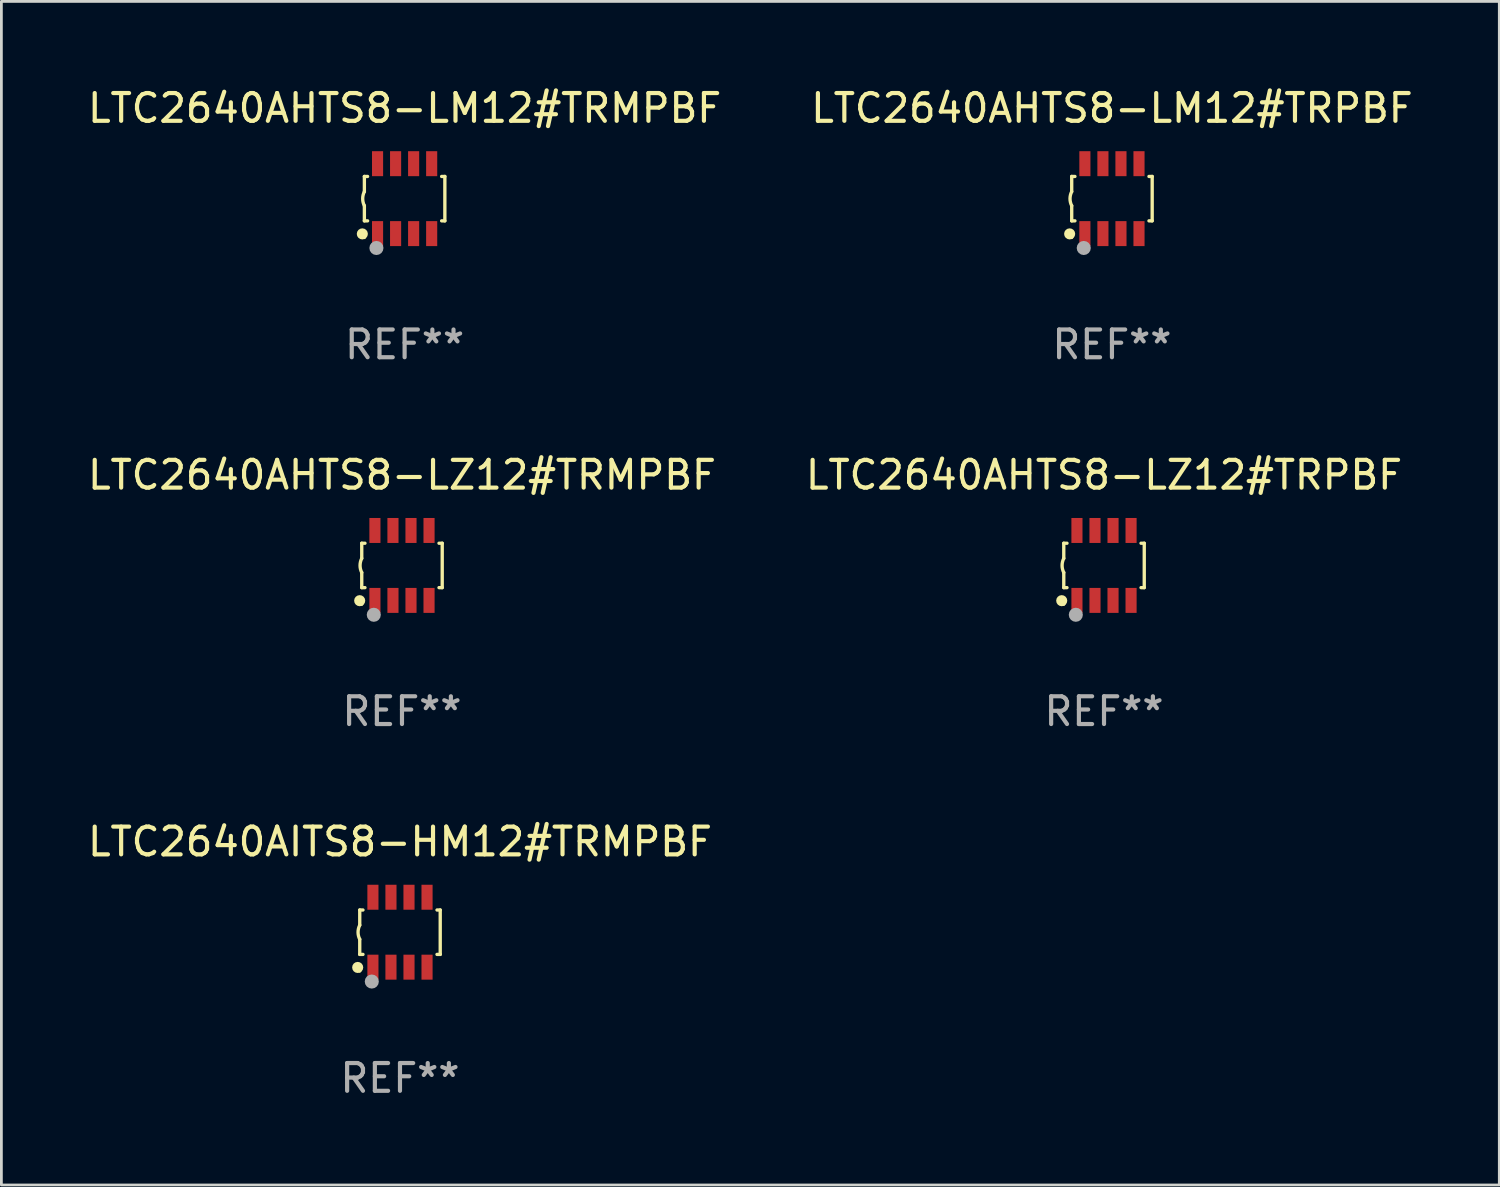
<source format=kicad_pcb>
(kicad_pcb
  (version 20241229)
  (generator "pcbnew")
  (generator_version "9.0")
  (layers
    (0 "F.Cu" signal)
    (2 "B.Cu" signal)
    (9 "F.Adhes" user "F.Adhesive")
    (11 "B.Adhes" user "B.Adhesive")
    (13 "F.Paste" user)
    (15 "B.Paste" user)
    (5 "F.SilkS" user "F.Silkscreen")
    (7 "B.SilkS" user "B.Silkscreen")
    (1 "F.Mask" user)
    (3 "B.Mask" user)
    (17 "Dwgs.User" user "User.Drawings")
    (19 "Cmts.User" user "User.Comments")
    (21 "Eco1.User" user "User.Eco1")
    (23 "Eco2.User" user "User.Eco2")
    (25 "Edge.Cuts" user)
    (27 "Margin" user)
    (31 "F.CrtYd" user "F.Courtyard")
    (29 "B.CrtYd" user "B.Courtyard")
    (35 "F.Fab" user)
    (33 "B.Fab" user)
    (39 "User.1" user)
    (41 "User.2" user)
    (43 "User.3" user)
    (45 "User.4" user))
  (footprint "LTC2640AITS8-HM12#TRMPBF"
    (layer "F.Cu")
    (at 11.363 30.541)
    (property "Reference" "LTC2640AITS8-HM12#TRMPBF" (at 0 -3.26 0) (layer "F.SilkS") (effects (font (size 1 1) (thickness 0.15))))
    (attr through_hole)
    (fp_line (start -1.45 -0.8) (end -1.45 -0.254) (stroke (width 0.12) (type solid)) (layer "F.SilkS"))
    (fp_line (start -1.45 -0.8) (end -1.334 -0.8) (stroke (width 0.12) (type solid)) (layer "F.SilkS"))
    (fp_line (start -1.45 0.8) (end -1.45 0.254) (stroke (width 0.12) (type solid)) (layer "F.SilkS"))
    (fp_line (start -1.45 0.8) (end -1.334 0.8) (stroke (width 0.12) (type solid)) (layer "F.SilkS"))
    (fp_line (start 1.334 -0.8) (end 1.45 -0.8) (stroke (width 0.12) (type solid)) (layer "F.SilkS"))
    (fp_line (start 1.334 0.8) (end 1.45 0.8) (stroke (width 0.12) (type solid)) (layer "F.SilkS"))
    (fp_line (start 1.45 0.8) (end 1.45 -0.8) (stroke (width 0.12) (type solid)) (layer "F.SilkS"))
    (fp_arc (start -1.45075 0.255144) (mid -1.510605 0.000434) (end -1.450013 -0.254102) (stroke (width 0.11999) (type solid)) (layer "F.SilkS"))
    (fp_circle (center -1.524 1.27) (end -1.424 1.27) (stroke (width 0.2) (type solid)) (fill no) (layer "F.SilkS"))
    (fp_circle (center -1.45 1.4) (end -1.42 1.4) (stroke (width 0.06) (type solid)) (fill no) (layer "F.SilkS"))
    (fp_circle (center -1.016 1.778) (end -0.889 1.778) (stroke (width 0.254) (type solid)) (fill no) (layer "F.Fab"))
    (fp_text user "REF**" (at 0 5.26 0) (layer "F.Fab") (effects (font (size 1 1) (thickness 0.15))))
    (pad "1" smd rect (at -0.975 1.26) (size 0.4 0.9) (layers "F.Cu" "F.Mask" "F.Paste"))
    (pad "2" smd rect (at -0.325 1.26) (size 0.4 0.9) (layers "F.Cu" "F.Mask" "F.Paste"))
    (pad "3" smd rect (at 0.325 1.26) (size 0.4 0.9) (layers "F.Cu" "F.Mask" "F.Paste"))
    (pad "4" smd rect (at 0.975 1.26) (size 0.4 0.9) (layers "F.Cu" "F.Mask" "F.Paste"))
    (pad "5" smd rect (at 0.975 -1.26) (size 0.4 0.9) (layers "F.Cu" "F.Mask" "F.Paste"))
    (pad "6" smd rect (at 0.325 -1.26) (size 0.4 0.9) (layers "F.Cu" "F.Mask" "F.Paste"))
    (pad "7" smd rect (at -0.325 -1.26) (size 0.4 0.9) (layers "F.Cu" "F.Mask" "F.Paste"))
    (pad "8" smd rect (at -0.975 -1.26) (size 0.4 0.9) (layers "F.Cu" "F.Mask" "F.Paste")))
  (footprint "LTC2640AHTS8-LM12#TRPBF"
    (layer "F.Cu")
    (at 37.018 4.108)
    (property "Reference" "LTC2640AHTS8-LM12#TRPBF" (at 0 -3.26 0) (layer "F.SilkS") (effects (font (size 1 1) (thickness 0.15))))
    (attr through_hole)
    (fp_line (start -1.45 -0.8) (end -1.45 -0.254) (stroke (width 0.12) (type solid)) (layer "F.SilkS"))
    (fp_line (start -1.45 -0.8) (end -1.334 -0.8) (stroke (width 0.12) (type solid)) (layer "F.SilkS"))
    (fp_line (start -1.45 0.8) (end -1.45 0.254) (stroke (width 0.12) (type solid)) (layer "F.SilkS"))
    (fp_line (start -1.45 0.8) (end -1.334 0.8) (stroke (width 0.12) (type solid)) (layer "F.SilkS"))
    (fp_line (start 1.334 -0.8) (end 1.45 -0.8) (stroke (width 0.12) (type solid)) (layer "F.SilkS"))
    (fp_line (start 1.334 0.8) (end 1.45 0.8) (stroke (width 0.12) (type solid)) (layer "F.SilkS"))
    (fp_line (start 1.45 0.8) (end 1.45 -0.8) (stroke (width 0.12) (type solid)) (layer "F.SilkS"))
    (fp_arc (start -1.45075 0.255144) (mid -1.510605 0.000434) (end -1.450013 -0.254102) (stroke (width 0.11999) (type solid)) (layer "F.SilkS"))
    (fp_circle (center -1.524 1.27) (end -1.424 1.27) (stroke (width 0.2) (type solid)) (fill no) (layer "F.SilkS"))
    (fp_circle (center -1.45 1.4) (end -1.42 1.4) (stroke (width 0.06) (type solid)) (fill no) (layer "F.SilkS"))
    (fp_circle (center -1.016 1.778) (end -0.889 1.778) (stroke (width 0.254) (type solid)) (fill no) (layer "F.Fab"))
    (fp_text user "REF**" (at 0 5.26 0) (layer "F.Fab") (effects (font (size 1 1) (thickness 0.15))))
    (pad "1" smd rect (at -0.975 1.26) (size 0.4 0.9) (layers "F.Cu" "F.Mask" "F.Paste"))
    (pad "2" smd rect (at -0.325 1.26) (size 0.4 0.9) (layers "F.Cu" "F.Mask" "F.Paste"))
    (pad "3" smd rect (at 0.325 1.26) (size 0.4 0.9) (layers "F.Cu" "F.Mask" "F.Paste"))
    (pad "4" smd rect (at 0.975 1.26) (size 0.4 0.9) (layers "F.Cu" "F.Mask" "F.Paste"))
    (pad "5" smd rect (at 0.975 -1.26) (size 0.4 0.9) (layers "F.Cu" "F.Mask" "F.Paste"))
    (pad "6" smd rect (at 0.325 -1.26) (size 0.4 0.9) (layers "F.Cu" "F.Mask" "F.Paste"))
    (pad "7" smd rect (at -0.325 -1.26) (size 0.4 0.9) (layers "F.Cu" "F.Mask" "F.Paste"))
    (pad "8" smd rect (at -0.975 -1.26) (size 0.4 0.9) (layers "F.Cu" "F.Mask" "F.Paste")))
  (footprint "LTC2640AHTS8-LM12#TRMPBF"
    (layer "F.Cu")
    (at 11.53 4.108)
    (property "Reference" "LTC2640AHTS8-LM12#TRMPBF" (at 0 -3.26 0) (layer "F.SilkS") (effects (font (size 1 1) (thickness 0.15))))
    (attr through_hole)
    (fp_line (start -1.45 -0.8) (end -1.45 -0.254) (stroke (width 0.12) (type solid)) (layer "F.SilkS"))
    (fp_line (start -1.45 -0.8) (end -1.334 -0.8) (stroke (width 0.12) (type solid)) (layer "F.SilkS"))
    (fp_line (start -1.45 0.8) (end -1.45 0.254) (stroke (width 0.12) (type solid)) (layer "F.SilkS"))
    (fp_line (start -1.45 0.8) (end -1.334 0.8) (stroke (width 0.12) (type solid)) (layer "F.SilkS"))
    (fp_line (start 1.334 -0.8) (end 1.45 -0.8) (stroke (width 0.12) (type solid)) (layer "F.SilkS"))
    (fp_line (start 1.334 0.8) (end 1.45 0.8) (stroke (width 0.12) (type solid)) (layer "F.SilkS"))
    (fp_line (start 1.45 0.8) (end 1.45 -0.8) (stroke (width 0.12) (type solid)) (layer "F.SilkS"))
    (fp_arc (start -1.45075 0.255144) (mid -1.510605 0.000434) (end -1.450013 -0.254102) (stroke (width 0.11999) (type solid)) (layer "F.SilkS"))
    (fp_circle (center -1.524 1.27) (end -1.424 1.27) (stroke (width 0.2) (type solid)) (fill no) (layer "F.SilkS"))
    (fp_circle (center -1.45 1.4) (end -1.42 1.4) (stroke (width 0.06) (type solid)) (fill no) (layer "F.SilkS"))
    (fp_circle (center -1.016 1.778) (end -0.889 1.778) (stroke (width 0.254) (type solid)) (fill no) (layer "F.Fab"))
    (fp_text user "REF**" (at 0 5.26 0) (layer "F.Fab") (effects (font (size 1 1) (thickness 0.15))))
    (pad "1" smd rect (at -0.975 1.26) (size 0.4 0.9) (layers "F.Cu" "F.Mask" "F.Paste"))
    (pad "2" smd rect (at -0.325 1.26) (size 0.4 0.9) (layers "F.Cu" "F.Mask" "F.Paste"))
    (pad "3" smd rect (at 0.325 1.26) (size 0.4 0.9) (layers "F.Cu" "F.Mask" "F.Paste"))
    (pad "4" smd rect (at 0.975 1.26) (size 0.4 0.9) (layers "F.Cu" "F.Mask" "F.Paste"))
    (pad "5" smd rect (at 0.975 -1.26) (size 0.4 0.9) (layers "F.Cu" "F.Mask" "F.Paste"))
    (pad "6" smd rect (at 0.325 -1.26) (size 0.4 0.9) (layers "F.Cu" "F.Mask" "F.Paste"))
    (pad "7" smd rect (at -0.325 -1.26) (size 0.4 0.9) (layers "F.Cu" "F.Mask" "F.Paste"))
    (pad "8" smd rect (at -0.975 -1.26) (size 0.4 0.9) (layers "F.Cu" "F.Mask" "F.Paste")))
  (footprint "LTC2640AHTS8-LZ12#TRPBF"
    (layer "F.Cu")
    (at 36.732 17.325)
    (property "Reference" "LTC2640AHTS8-LZ12#TRPBF" (at 0 -3.26 0) (layer "F.SilkS") (effects (font (size 1 1) (thickness 0.15))))
    (attr through_hole)
    (fp_line (start -1.45 -0.8) (end -1.45 -0.254) (stroke (width 0.12) (type solid)) (layer "F.SilkS"))
    (fp_line (start -1.45 -0.8) (end -1.334 -0.8) (stroke (width 0.12) (type solid)) (layer "F.SilkS"))
    (fp_line (start -1.45 0.8) (end -1.45 0.254) (stroke (width 0.12) (type solid)) (layer "F.SilkS"))
    (fp_line (start -1.45 0.8) (end -1.334 0.8) (stroke (width 0.12) (type solid)) (layer "F.SilkS"))
    (fp_line (start 1.334 -0.8) (end 1.45 -0.8) (stroke (width 0.12) (type solid)) (layer "F.SilkS"))
    (fp_line (start 1.334 0.8) (end 1.45 0.8) (stroke (width 0.12) (type solid)) (layer "F.SilkS"))
    (fp_line (start 1.45 0.8) (end 1.45 -0.8) (stroke (width 0.12) (type solid)) (layer "F.SilkS"))
    (fp_arc (start -1.45075 0.255144) (mid -1.510605 0.000434) (end -1.450013 -0.254102) (stroke (width 0.11999) (type solid)) (layer "F.SilkS"))
    (fp_circle (center -1.524 1.27) (end -1.424 1.27) (stroke (width 0.2) (type solid)) (fill no) (layer "F.SilkS"))
    (fp_circle (center -1.45 1.4) (end -1.42 1.4) (stroke (width 0.06) (type solid)) (fill no) (layer "F.SilkS"))
    (fp_circle (center -1.016 1.778) (end -0.889 1.778) (stroke (width 0.254) (type solid)) (fill no) (layer "F.Fab"))
    (fp_text user "REF**" (at 0 5.26 0) (layer "F.Fab") (effects (font (size 1 1) (thickness 0.15))))
    (pad "1" smd rect (at -0.975 1.26) (size 0.4 0.9) (layers "F.Cu" "F.Mask" "F.Paste"))
    (pad "2" smd rect (at -0.325 1.26) (size 0.4 0.9) (layers "F.Cu" "F.Mask" "F.Paste"))
    (pad "3" smd rect (at 0.325 1.26) (size 0.4 0.9) (layers "F.Cu" "F.Mask" "F.Paste"))
    (pad "4" smd rect (at 0.975 1.26) (size 0.4 0.9) (layers "F.Cu" "F.Mask" "F.Paste"))
    (pad "5" smd rect (at 0.975 -1.26) (size 0.4 0.9) (layers "F.Cu" "F.Mask" "F.Paste"))
    (pad "6" smd rect (at 0.325 -1.26) (size 0.4 0.9) (layers "F.Cu" "F.Mask" "F.Paste"))
    (pad "7" smd rect (at -0.325 -1.26) (size 0.4 0.9) (layers "F.Cu" "F.Mask" "F.Paste"))
    (pad "8" smd rect (at -0.975 -1.26) (size 0.4 0.9) (layers "F.Cu" "F.Mask" "F.Paste")))
  (footprint "LTC2640AHTS8-LZ12#TRMPBF"
    (layer "F.Cu")
    (at 11.435 17.325)
    (property "Reference" "LTC2640AHTS8-LZ12#TRMPBF" (at 0 -3.26 0) (layer "F.SilkS") (effects (font (size 1 1) (thickness 0.15))))
    (attr through_hole)
    (fp_line (start -1.45 -0.8) (end -1.45 -0.254) (stroke (width 0.12) (type solid)) (layer "F.SilkS"))
    (fp_line (start -1.45 -0.8) (end -1.334 -0.8) (stroke (width 0.12) (type solid)) (layer "F.SilkS"))
    (fp_line (start -1.45 0.8) (end -1.45 0.254) (stroke (width 0.12) (type solid)) (layer "F.SilkS"))
    (fp_line (start -1.45 0.8) (end -1.334 0.8) (stroke (width 0.12) (type solid)) (layer "F.SilkS"))
    (fp_line (start 1.334 -0.8) (end 1.45 -0.8) (stroke (width 0.12) (type solid)) (layer "F.SilkS"))
    (fp_line (start 1.334 0.8) (end 1.45 0.8) (stroke (width 0.12) (type solid)) (layer "F.SilkS"))
    (fp_line (start 1.45 0.8) (end 1.45 -0.8) (stroke (width 0.12) (type solid)) (layer "F.SilkS"))
    (fp_arc (start -1.45075 0.255144) (mid -1.510605 0.000434) (end -1.450013 -0.254102) (stroke (width 0.11999) (type solid)) (layer "F.SilkS"))
    (fp_circle (center -1.524 1.27) (end -1.424 1.27) (stroke (width 0.2) (type solid)) (fill no) (layer "F.SilkS"))
    (fp_circle (center -1.45 1.4) (end -1.42 1.4) (stroke (width 0.06) (type solid)) (fill no) (layer "F.SilkS"))
    (fp_circle (center -1.016 1.778) (end -0.889 1.778) (stroke (width 0.254) (type solid)) (fill no) (layer "F.Fab"))
    (fp_text user "REF**" (at 0 5.26 0) (layer "F.Fab") (effects (font (size 1 1) (thickness 0.15))))
    (pad "1" smd rect (at -0.975 1.26) (size 0.4 0.9) (layers "F.Cu" "F.Mask" "F.Paste"))
    (pad "2" smd rect (at -0.325 1.26) (size 0.4 0.9) (layers "F.Cu" "F.Mask" "F.Paste"))
    (pad "3" smd rect (at 0.325 1.26) (size 0.4 0.9) (layers "F.Cu" "F.Mask" "F.Paste"))
    (pad "4" smd rect (at 0.975 1.26) (size 0.4 0.9) (layers "F.Cu" "F.Mask" "F.Paste"))
    (pad "5" smd rect (at 0.975 -1.26) (size 0.4 0.9) (layers "F.Cu" "F.Mask" "F.Paste"))
    (pad "6" smd rect (at 0.325 -1.26) (size 0.4 0.9) (layers "F.Cu" "F.Mask" "F.Paste"))
    (pad "7" smd rect (at -0.325 -1.26) (size 0.4 0.9) (layers "F.Cu" "F.Mask" "F.Paste"))
    (pad "8" smd rect (at -0.975 -1.26) (size 0.4 0.9) (layers "F.Cu" "F.Mask" "F.Paste")))
  (gr_rect
    (start -3 -3)
    (end 50.976 39.649)
    (stroke (width 0.1) (type default))
    (fill no)
    (layer "Edge.Cuts")))
</source>
